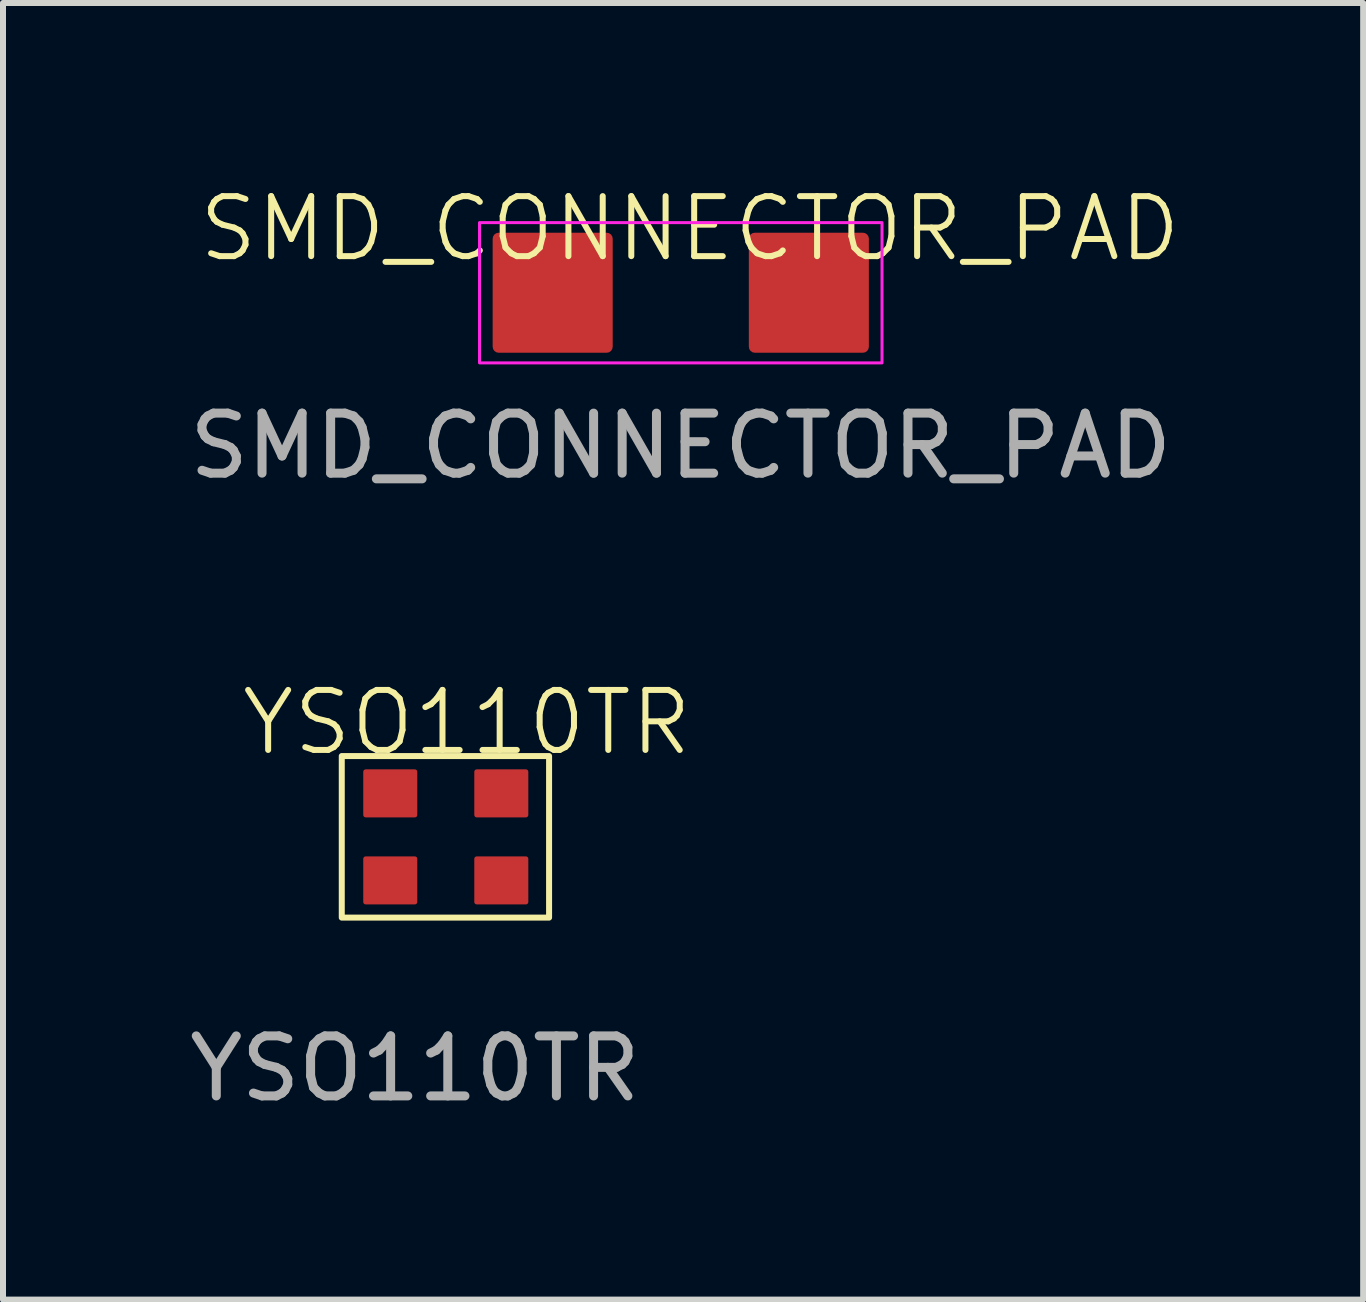
<source format=kicad_pcb>
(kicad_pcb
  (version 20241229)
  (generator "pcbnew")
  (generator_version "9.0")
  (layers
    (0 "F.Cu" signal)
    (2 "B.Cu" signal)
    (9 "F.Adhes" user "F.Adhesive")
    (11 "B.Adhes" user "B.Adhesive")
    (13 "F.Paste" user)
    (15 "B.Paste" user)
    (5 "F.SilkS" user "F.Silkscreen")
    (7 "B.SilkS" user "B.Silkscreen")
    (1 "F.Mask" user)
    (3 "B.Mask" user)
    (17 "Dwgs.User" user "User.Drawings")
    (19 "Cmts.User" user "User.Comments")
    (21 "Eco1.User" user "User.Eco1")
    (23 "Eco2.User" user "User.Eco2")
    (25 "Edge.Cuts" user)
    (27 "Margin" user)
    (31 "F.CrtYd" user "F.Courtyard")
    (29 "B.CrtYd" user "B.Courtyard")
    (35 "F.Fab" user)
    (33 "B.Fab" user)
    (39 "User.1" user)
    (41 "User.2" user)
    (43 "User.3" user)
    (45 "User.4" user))
  (footprint "SMD_CONNECTOR_PAD"
    (layer "F.Cu")
    (at 8.292 1.878)
    (property "Reference" "SMD_CONNECTOR_PAD" (at 0.152 -1.118 0) (unlocked yes) (layer "F.SilkS") (effects (font (size 1 1) (thickness 0.1))))
    (attr smd)
    (fp_rect (start -3.353 -1.219) (end 3.353 1.118) (stroke (width 0.05) (type default)) (fill no) (layer "F.CrtYd"))
    (fp_text user "${REFERENCE}" (at 0 2.5 0) (unlocked yes) (layer "F.Fab") (effects (font (size 1 1) (thickness 0.15))))
    (pad "1" smd roundrect (at -2.134 -0.051) (size 2 2) (layers "F.Cu" "F.Mask" "F.Paste") (roundrect_rratio 0.05))
    (pad "2" smd roundrect (at 2.134 -0.051) (size 2 2) (layers "F.Cu" "F.Mask" "F.Paste") (roundrect_rratio 0.05)))
  (footprint "YSO110TR"
    (layer "F.Cu")
    (at 4.117 10.511)
    (property "Reference" "YSO110TR" (at 0.61 -1.524 0) (unlocked yes) (layer "F.SilkS") (effects (font (size 1 1) (thickness 0.1))))
    (attr smd)
    (fp_rect (start -1.473 -0.965) (end 1.981 1.727) (stroke (width 0.1) (type default)) (fill no) (layer "F.SilkS"))
    (fp_text user "${REFERENCE}" (at -0.254 4.243 0) (unlocked yes) (layer "F.Fab") (effects (font (size 1 1) (thickness 0.15))))
    (pad "1" smd roundrect (at -0.665 1.107) (size 0.9 0.8) (layers "F.Cu" "F.Mask" "F.Paste") (roundrect_rratio 0.05))
    (pad "2" smd roundrect (at 1.185 1.107) (size 0.9 0.8) (layers "F.Cu" "F.Mask" "F.Paste") (roundrect_rratio 0.05))
    (pad "3" smd roundrect (at 1.185 -0.343) (size 0.9 0.8) (layers "F.Cu" "F.Mask" "F.Paste") (roundrect_rratio 0.05))
    (pad "4" smd roundrect (at -0.665 -0.343) (size 0.9 0.8) (layers "F.Cu" "F.Mask" "F.Paste") (roundrect_rratio 0.05)))
  (gr_rect
    (start -3 -3)
    (end 19.661 18.602)
    (stroke (width 0.1) (type default))
    (fill no)
    (layer "Edge.Cuts")))
</source>
